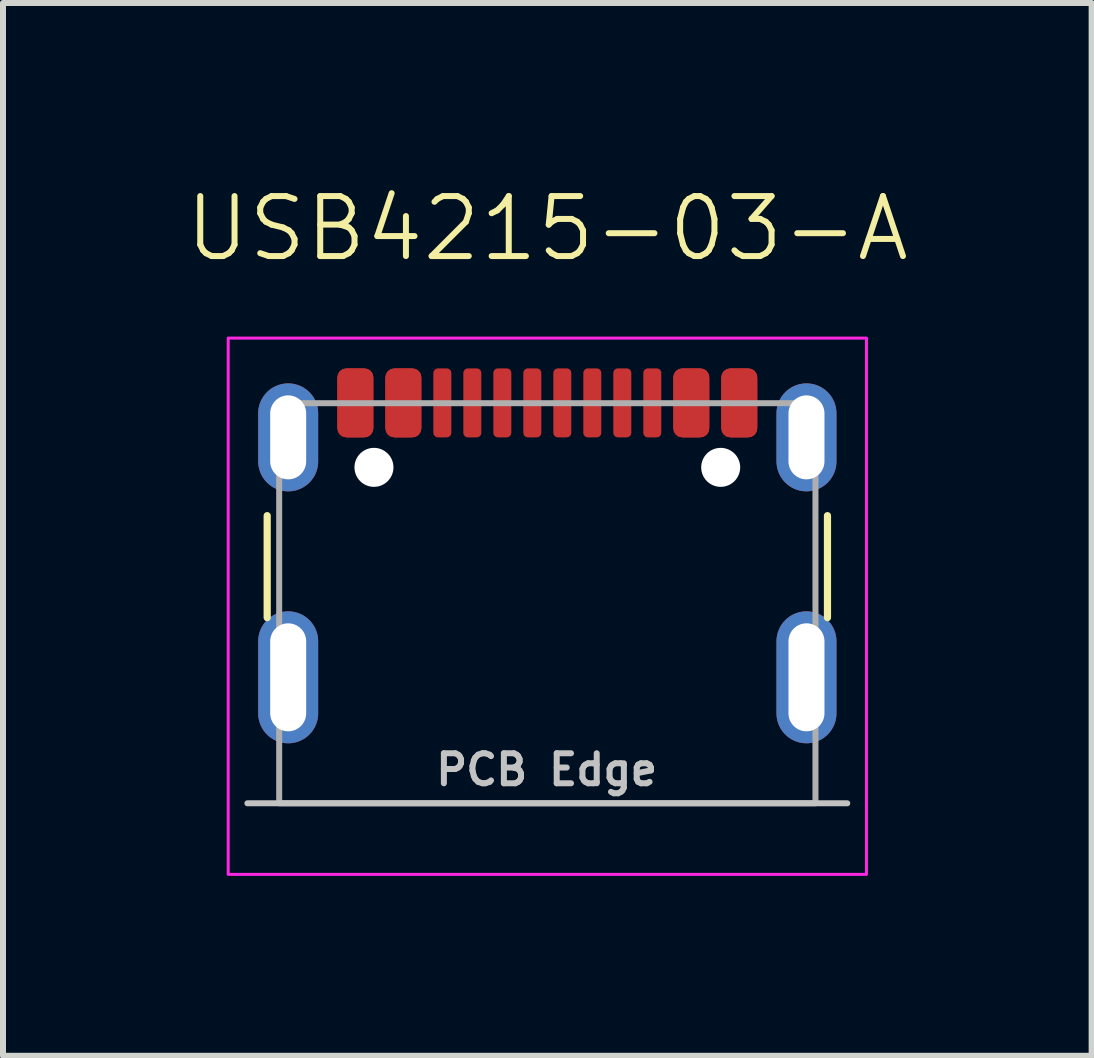
<source format=kicad_pcb>
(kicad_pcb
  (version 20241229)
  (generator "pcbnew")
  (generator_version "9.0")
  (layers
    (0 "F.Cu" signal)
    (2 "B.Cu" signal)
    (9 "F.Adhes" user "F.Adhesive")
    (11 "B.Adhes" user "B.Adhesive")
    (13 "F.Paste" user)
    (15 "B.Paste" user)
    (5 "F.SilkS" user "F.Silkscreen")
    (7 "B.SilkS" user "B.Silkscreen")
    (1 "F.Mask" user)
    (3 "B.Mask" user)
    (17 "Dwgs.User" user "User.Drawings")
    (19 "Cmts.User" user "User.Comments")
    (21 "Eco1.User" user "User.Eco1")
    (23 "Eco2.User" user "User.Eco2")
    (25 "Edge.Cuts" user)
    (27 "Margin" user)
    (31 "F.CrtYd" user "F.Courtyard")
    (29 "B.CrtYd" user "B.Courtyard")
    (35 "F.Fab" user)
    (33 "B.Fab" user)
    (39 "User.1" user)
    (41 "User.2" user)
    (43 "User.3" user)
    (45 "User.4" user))
  (footprint "USB4215-03-A"
    (layer "F.Cu")
    (at 6.074 7.346)
    (property "Reference" "USB4215-03-A" (at 0 -6.585 0) (unlocked yes) (layer "F.SilkS") (effects (font (size 1 1) (thickness 0.1))))
    (attr smd)
    (fp_line (start -4.67 -0.1) (end -4.67 -1.8) (stroke (width 0.12) (type solid)) (layer "F.SilkS"))
    (fp_line (start 4.67 -0.1) (end 4.67 -1.8) (stroke (width 0.12) (type solid)) (layer "F.SilkS"))
    (fp_line (start 5 2.995) (end -5 2.995) (stroke (width 0.1) (type solid)) (layer "Dwgs.User"))
    (fp_rect (start -5.32 -4.76) (end 5.32 4.18) (stroke (width 0.05) (type solid)) (fill no) (layer "F.CrtYd"))
    (fp_rect (start -4.47 -3.675) (end 4.47 2.995) (stroke (width 0.1) (type solid)) (fill no) (layer "F.Fab"))
    (fp_text user "PCB Edge" (at -0.01 2.435 0) (unlocked yes) (layer "Dwgs.User") (effects (font (size 0.5 0.5) (thickness 0.1))))
    (pad "" np_thru_hole circle (at -2.89 -2.605) (size 0.65 0.65) (drill 0.65) (layers "*.Cu" "*.Mask"))
    (pad "" np_thru_hole circle (at 2.89 -2.605) (size 0.65 0.65) (drill 0.65) (layers "*.Cu" "*.Mask"))
    (pad "A1" smd roundrect (at -3.2 -3.68) (size 0.6 1.15) (layers "F.Cu" "F.Mask" "F.Paste") (roundrect_rratio 0.25))
    (pad "A4" smd roundrect (at -2.4 -3.68) (size 0.6 1.15) (layers "F.Cu" "F.Mask" "F.Paste") (roundrect_rratio 0.25))
    (pad "A5" smd roundrect (at -1.25 -3.68) (size 0.3 1.15) (layers "F.Cu" "F.Mask" "F.Paste") (roundrect_rratio 0.25))
    (pad "A6" smd roundrect (at -0.25 -3.68) (size 0.3 1.15) (layers "F.Cu" "F.Mask" "F.Paste") (roundrect_rratio 0.25))
    (pad "A7" smd roundrect (at 0.25 -3.68) (size 0.3 1.15) (layers "F.Cu" "F.Mask" "F.Paste") (roundrect_rratio 0.25))
    (pad "A8" smd roundrect (at 1.25 -3.68) (size 0.3 1.15) (layers "F.Cu" "F.Mask" "F.Paste") (roundrect_rratio 0.25))
    (pad "A9" smd roundrect (at 2.4 -3.68) (size 0.6 1.15) (layers "F.Cu" "F.Mask" "F.Paste") (roundrect_rratio 0.25))
    (pad "A12" smd roundrect (at 3.2 -3.68) (size 0.6 1.15) (layers "F.Cu" "F.Mask" "F.Paste") (roundrect_rratio 0.25))
    (pad "B1" smd roundrect (at 3.2 -3.68) (size 0.6 1.15) (layers "F.Cu" "F.Mask" "F.Paste") (roundrect_rratio 0.25))
    (pad "B4" smd roundrect (at 2.4 -3.68) (size 0.6 1.15) (layers "F.Cu" "F.Mask" "F.Paste") (roundrect_rratio 0.25))
    (pad "B5" smd roundrect (at 1.75 -3.68) (size 0.3 1.15) (layers "F.Cu" "F.Mask" "F.Paste") (roundrect_rratio 0.25))
    (pad "B6" smd roundrect (at 0.75 -3.68) (size 0.3 1.15) (layers "F.Cu" "F.Mask" "F.Paste") (roundrect_rratio 0.25))
    (pad "B7" smd roundrect (at -0.75 -3.68) (size 0.3 1.15) (layers "F.Cu" "F.Mask" "F.Paste") (roundrect_rratio 0.25))
    (pad "B8" smd roundrect (at -1.75 -3.68) (size 0.3 1.15) (layers "F.Cu" "F.Mask" "F.Paste") (roundrect_rratio 0.25))
    (pad "B9" smd roundrect (at -2.4 -3.68) (size 0.6 1.15) (layers "F.Cu" "F.Mask" "F.Paste") (roundrect_rratio 0.25))
    (pad "B12" smd roundrect (at -3.2 -3.68) (size 0.6 1.15) (layers "F.Cu" "F.Mask" "F.Paste") (roundrect_rratio 0.25))
    (pad "S1" thru_hole oval (at -4.32 -3.105) (size 1 1.8) (drill oval 0.6 1.4) (property pad_prop_heatsink) (layers "*.Cu" "*.Mask" "F.Paste"))
    (pad "S1" thru_hole oval (at -4.32 0.895) (size 1 2.2) (drill oval 0.6 1.8) (property pad_prop_heatsink) (layers "*.Cu" "*.Mask" "F.Paste"))
    (pad "S1" thru_hole oval (at 4.32 -3.105) (size 1 1.8) (drill oval 0.6 1.4) (property pad_prop_heatsink) (layers "*.Cu" "*.Mask" "F.Paste"))
    (pad "S1" thru_hole oval (at 4.32 0.895) (size 1 2.2) (drill oval 0.6 1.8) (property pad_prop_heatsink) (layers "*.Cu" "*.Mask" "F.Paste")))
  (gr_rect
    (start -3 -3)
    (end 15.148 14.55)
    (stroke (width 0.1) (type default))
    (fill no)
    (layer "Edge.Cuts")))
</source>
